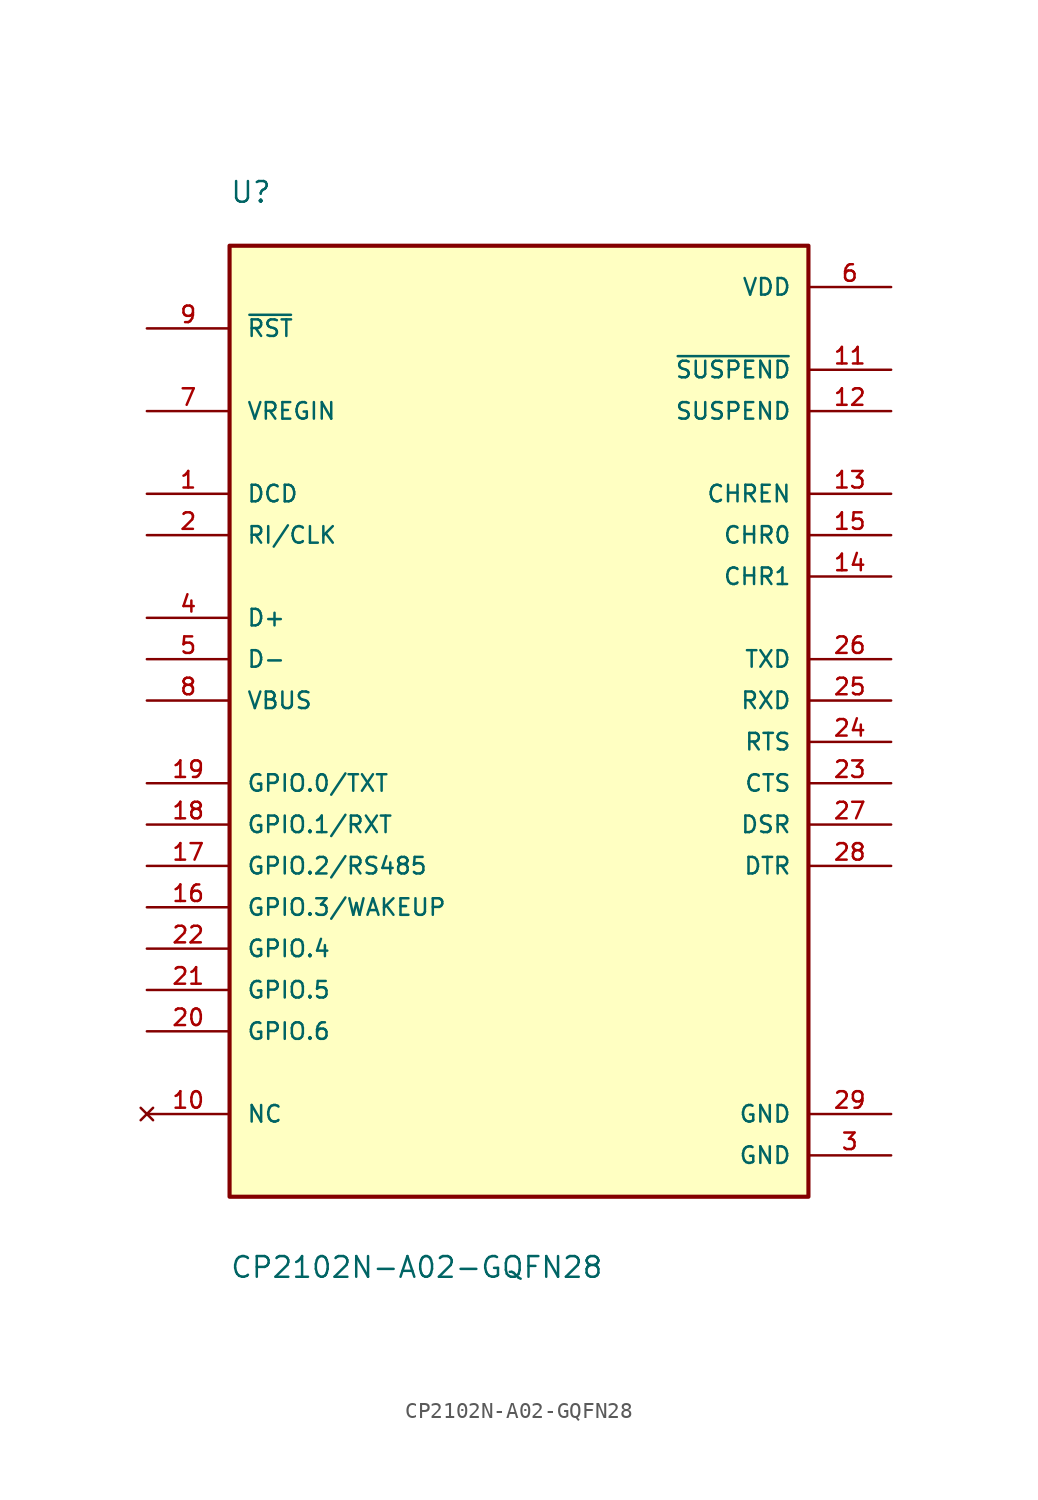
<source format=kicad_sym>
(kicad_symbol_lib
  (version 20220914)
  (generator kicad_symbol_editor)
  (symbol "CP2102N-A02-GQFN28"
    (pin_names
      (offset 1.016))
    (property "Reference" "U"
      (at -17.78 33.02 0)
      (effects (font (size 1.27 1.27)) (justify left bottom)))
    (property "Value" "CP2102N-A02-GQFN28"
      (at -17.78 -33.02 0)
      (effects (font (size 1.27 1.27)) (justify left bottom)))
    (symbol "CP2102N-A02-GQFN28_0_0"
      (rectangle (start -17.78 -27.94) (end 17.78 30.48) (stroke (width 0.254) (type default)) (fill (type background)))
      (pin input line (at -22.86 15.24 0) (length 5.08) (name "DCD" (effects (font (size 1.016 1.016)))) (number "1" (effects (font (size 1.016 1.016)))))
      (pin no_connect line (at -22.86 -22.86 0) (length 5.08) (name "NC" (effects (font (size 1.016 1.016)))) (number "10" (effects (font (size 1.016 1.016)))))
      (pin output line (at 22.86 22.86 180) (length 5.08) (name "~{SUSPEND}" (effects (font (size 1.016 1.016)))) (number "11" (effects (font (size 1.016 1.016)))))
      (pin output line (at 22.86 20.32 180) (length 5.08) (name "SUSPEND" (effects (font (size 1.016 1.016)))) (number "12" (effects (font (size 1.016 1.016)))))
      (pin output line (at 22.86 15.24 180) (length 5.08) (name "CHREN" (effects (font (size 1.016 1.016)))) (number "13" (effects (font (size 1.016 1.016)))))
      (pin output line (at 22.86 10.16 180) (length 5.08) (name "CHR1" (effects (font (size 1.016 1.016)))) (number "14" (effects (font (size 1.016 1.016)))))
      (pin output line (at 22.86 12.7 180) (length 5.08) (name "CHR0" (effects (font (size 1.016 1.016)))) (number "15" (effects (font (size 1.016 1.016)))))
      (pin bidirectional line (at -22.86 -10.16 0) (length 5.08) (name "GPIO.3/WAKEUP" (effects (font (size 1.016 1.016)))) (number "16" (effects (font (size 1.016 1.016)))))
      (pin bidirectional line (at -22.86 -7.62 0) (length 5.08) (name "GPIO.2/RS485" (effects (font (size 1.016 1.016)))) (number "17" (effects (font (size 1.016 1.016)))))
      (pin bidirectional line (at -22.86 -5.08 0) (length 5.08) (name "GPIO.1/RXT" (effects (font (size 1.016 1.016)))) (number "18" (effects (font (size 1.016 1.016)))))
      (pin bidirectional line (at -22.86 -2.54 0) (length 5.08) (name "GPIO.0/TXT" (effects (font (size 1.016 1.016)))) (number "19" (effects (font (size 1.016 1.016)))))
      (pin bidirectional line (at -22.86 12.7 0) (length 5.08) (name "RI/CLK" (effects (font (size 1.016 1.016)))) (number "2" (effects (font (size 1.016 1.016)))))
      (pin bidirectional line (at -22.86 -17.78 0) (length 5.08) (name "GPIO.6" (effects (font (size 1.016 1.016)))) (number "20" (effects (font (size 1.016 1.016)))))
      (pin bidirectional line (at -22.86 -15.24 0) (length 5.08) (name "GPIO.5" (effects (font (size 1.016 1.016)))) (number "21" (effects (font (size 1.016 1.016)))))
      (pin bidirectional line (at -22.86 -12.7 0) (length 5.08) (name "GPIO.4" (effects (font (size 1.016 1.016)))) (number "22" (effects (font (size 1.016 1.016)))))
      (pin input line (at 22.86 -2.54 180) (length 5.08) (name "CTS" (effects (font (size 1.016 1.016)))) (number "23" (effects (font (size 1.016 1.016)))))
      (pin output line (at 22.86 0 180) (length 5.08) (name "RTS" (effects (font (size 1.016 1.016)))) (number "24" (effects (font (size 1.016 1.016)))))
      (pin input line (at 22.86 2.54 180) (length 5.08) (name "RXD" (effects (font (size 1.016 1.016)))) (number "25" (effects (font (size 1.016 1.016)))))
      (pin output line (at 22.86 5.08 180) (length 5.08) (name "TXD" (effects (font (size 1.016 1.016)))) (number "26" (effects (font (size 1.016 1.016)))))
      (pin input line (at 22.86 -5.08 180) (length 5.08) (name "DSR" (effects (font (size 1.016 1.016)))) (number "27" (effects (font (size 1.016 1.016)))))
      (pin output line (at 22.86 -7.62 180) (length 5.08) (name "DTR" (effects (font (size 1.016 1.016)))) (number "28" (effects (font (size 1.016 1.016)))))
      (pin power_in line (at 22.86 -22.86 180) (length 5.08) (name "GND" (effects (font (size 1.016 1.016)))) (number "29" (effects (font (size 1.016 1.016)))))
      (pin power_in line (at 22.86 -25.4 180) (length 5.08) (name "GND" (effects (font (size 1.016 1.016)))) (number "3" (effects (font (size 1.016 1.016)))))
      (pin bidirectional line (at -22.86 7.62 0) (length 5.08) (name "D+" (effects (font (size 1.016 1.016)))) (number "4" (effects (font (size 1.016 1.016)))))
      (pin bidirectional line (at -22.86 5.08 0) (length 5.08) (name "D-" (effects (font (size 1.016 1.016)))) (number "5" (effects (font (size 1.016 1.016)))))
      (pin power_in line (at 22.86 27.94 180) (length 5.08) (name "VDD" (effects (font (size 1.016 1.016)))) (number "6" (effects (font (size 1.016 1.016)))))
      (pin input line (at -22.86 20.32 0) (length 5.08) (name "VREGIN" (effects (font (size 1.016 1.016)))) (number "7" (effects (font (size 1.016 1.016)))))
      (pin input line (at -22.86 2.54 0) (length 5.08) (name "VBUS" (effects (font (size 1.016 1.016)))) (number "8" (effects (font (size 1.016 1.016)))))
      (pin input line (at -22.86 25.4 0) (length 5.08) (name "~{RST}" (effects (font (size 1.016 1.016)))) (number "9" (effects (font (size 1.016 1.016))))))))
</source>
